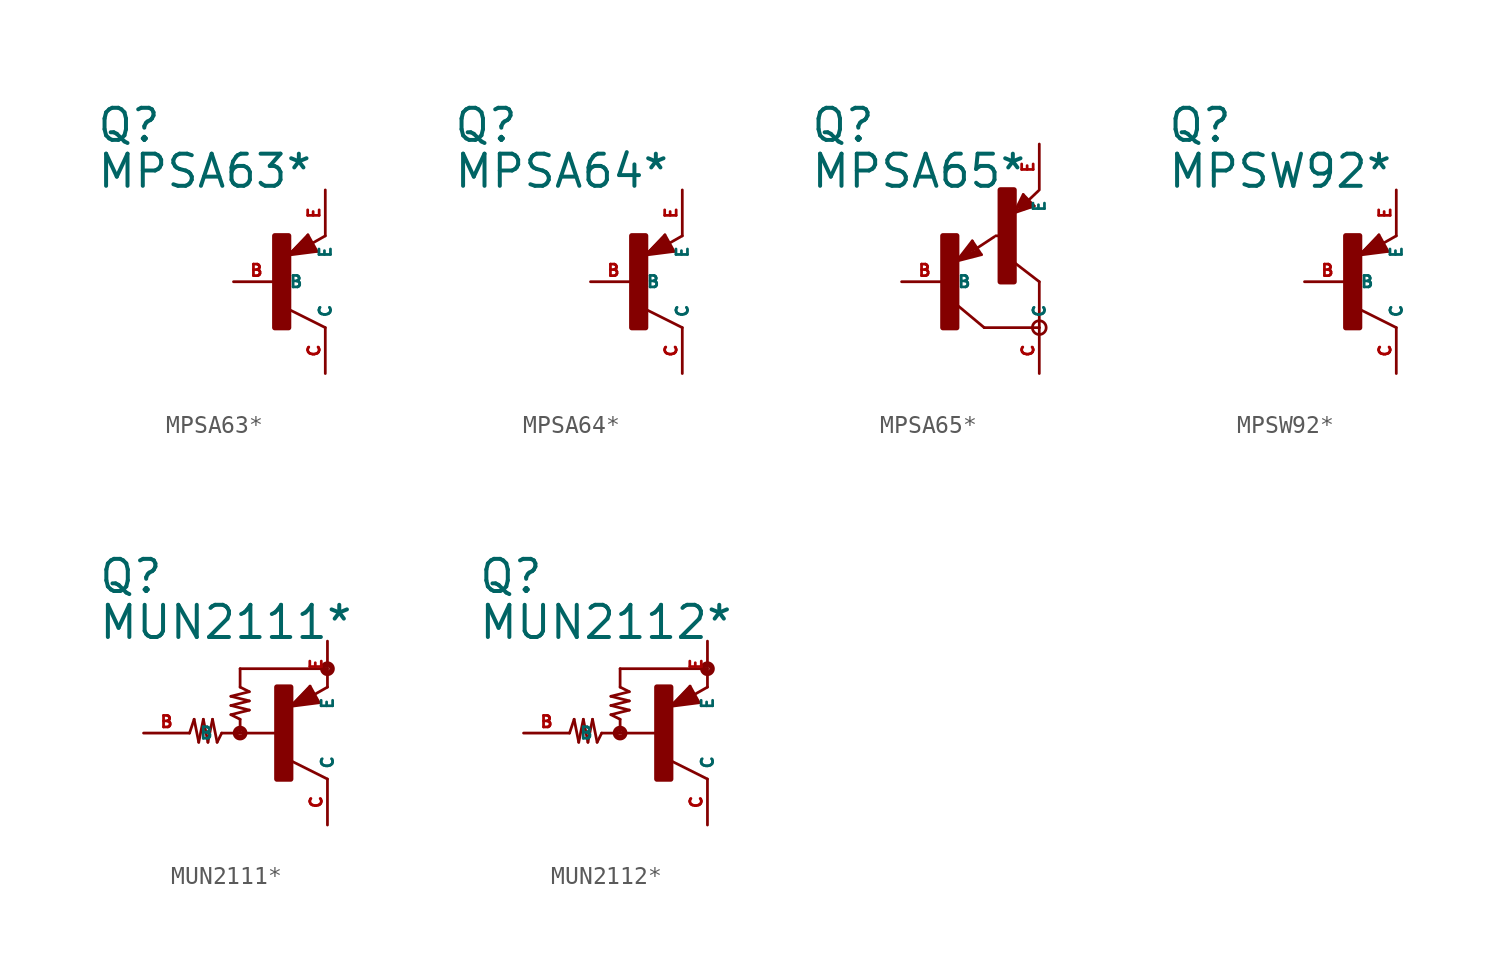
<source format=kicad_sym>
(kicad_symbol_lib
  (version 20220914)
  (generator Eagle2Kicad)
  (symbol "MPSA63*"
    (property "Reference" "Q"
      (at -10.16 7.62 0)
      (effects (font (size 1.778 1.778) (thickness 0.22)) (justify left bottom)))
    (property "Value" "MPSA63*"
      (at -10.16 5.08 0)
      (effects (font (size 1.778 1.778) (thickness 0.22)) (justify left bottom)))
    (polyline
      (pts (xy 2.086 1.678) (xy 1.578 2.594))
      (stroke (width 0.152) (type default))
      (fill (type none)))
    (polyline
      (pts (xy 1.578 2.594) (xy 0.516 1.478))
      (stroke (width 0.152) (type default))
      (fill (type none)))
    (polyline
      (pts (xy 0.516 1.478) (xy 2.086 1.678))
      (stroke (width 0.152) (type default))
      (fill (type none)))
    (polyline
      (pts (xy 2.54 2.54) (xy 1.808 2.124))
      (stroke (width 0.152) (type default))
      (fill (type none)))
    (polyline
      (pts (xy 2.54 -2.54) (xy 0.508 -1.524))
      (stroke (width 0.152) (type default))
      (fill (type none)))
    (polyline
      (pts (xy 1.905 1.778) (xy 1.524 2.413))
      (stroke (width 0.254) (type default))
      (fill (type none)))
    (polyline
      (pts (xy 1.524 2.413) (xy 0.762 1.651))
      (stroke (width 0.254) (type default))
      (fill (type none)))
    (polyline
      (pts (xy 0.762 1.651) (xy 1.778 1.778))
      (stroke (width 0.254) (type default))
      (fill (type none)))
    (polyline
      (pts (xy 1.778 1.778) (xy 1.524 2.159))
      (stroke (width 0.254) (type default))
      (fill (type none)))
    (polyline
      (pts (xy 1.524 2.159) (xy 1.143 1.905))
      (stroke (width 0.254) (type default))
      (fill (type none)))
    (polyline
      (pts (xy 1.143 1.905) (xy 1.524 1.905))
      (stroke (width 0.254) (type default))
      (fill (type none)))
    (rectangle
      (start -0.254 -2.54)
      (end 0.508 2.54)
      (stroke (width 0.3) (type default))
      (fill (type outline)))
    (pin passive line
      (at -2.54 0 0)
      (length 2.54)
      (name "B" (effects (font (size 0.635 0.635) (thickness 0.08)) (justify left bottom)))
      (number "B" (effects (font (size 0.635 0.635) (thickness 0.08)) (justify left bottom))))
    (pin passive line
      (at 2.54 5.08 270)
      (length 2.54)
      (name "E" (effects (font (size 0.635 0.635) (thickness 0.08)) (justify left bottom)))
      (number "E" (effects (font (size 0.635 0.635) (thickness 0.08)) (justify left bottom))))
    (pin passive line
      (at 2.54 -5.08 90)
      (length 2.54)
      (name "C" (effects (font (size 0.635 0.635) (thickness 0.08)) (justify left bottom)))
      (number "C" (effects (font (size 0.635 0.635) (thickness 0.08)) (justify left bottom)))))
  (symbol "MPSA64*"
    (property "Reference" "Q"
      (at -10.16 7.62 0)
      (effects (font (size 1.778 1.778) (thickness 0.22)) (justify left bottom)))
    (property "Value" "MPSA64*"
      (at -10.16 5.08 0)
      (effects (font (size 1.778 1.778) (thickness 0.22)) (justify left bottom)))
    (polyline
      (pts (xy 2.086 1.678) (xy 1.578 2.594))
      (stroke (width 0.152) (type default))
      (fill (type none)))
    (polyline
      (pts (xy 1.578 2.594) (xy 0.516 1.478))
      (stroke (width 0.152) (type default))
      (fill (type none)))
    (polyline
      (pts (xy 0.516 1.478) (xy 2.086 1.678))
      (stroke (width 0.152) (type default))
      (fill (type none)))
    (polyline
      (pts (xy 2.54 2.54) (xy 1.808 2.124))
      (stroke (width 0.152) (type default))
      (fill (type none)))
    (polyline
      (pts (xy 2.54 -2.54) (xy 0.508 -1.524))
      (stroke (width 0.152) (type default))
      (fill (type none)))
    (polyline
      (pts (xy 1.905 1.778) (xy 1.524 2.413))
      (stroke (width 0.254) (type default))
      (fill (type none)))
    (polyline
      (pts (xy 1.524 2.413) (xy 0.762 1.651))
      (stroke (width 0.254) (type default))
      (fill (type none)))
    (polyline
      (pts (xy 0.762 1.651) (xy 1.778 1.778))
      (stroke (width 0.254) (type default))
      (fill (type none)))
    (polyline
      (pts (xy 1.778 1.778) (xy 1.524 2.159))
      (stroke (width 0.254) (type default))
      (fill (type none)))
    (polyline
      (pts (xy 1.524 2.159) (xy 1.143 1.905))
      (stroke (width 0.254) (type default))
      (fill (type none)))
    (polyline
      (pts (xy 1.143 1.905) (xy 1.524 1.905))
      (stroke (width 0.254) (type default))
      (fill (type none)))
    (rectangle
      (start -0.254 -2.54)
      (end 0.508 2.54)
      (stroke (width 0.3) (type default))
      (fill (type outline)))
    (pin passive line
      (at -2.54 0 0)
      (length 2.54)
      (name "B" (effects (font (size 0.635 0.635) (thickness 0.08)) (justify left bottom)))
      (number "B" (effects (font (size 0.635 0.635) (thickness 0.08)) (justify left bottom))))
    (pin passive line
      (at 2.54 5.08 270)
      (length 2.54)
      (name "E" (effects (font (size 0.635 0.635) (thickness 0.08)) (justify left bottom)))
      (number "E" (effects (font (size 0.635 0.635) (thickness 0.08)) (justify left bottom))))
    (pin passive line
      (at 2.54 -5.08 90)
      (length 2.54)
      (name "C" (effects (font (size 0.635 0.635) (thickness 0.08)) (justify left bottom)))
      (number "C" (effects (font (size 0.635 0.635) (thickness 0.08)) (justify left bottom)))))
  (symbol "MPSA65*"
    (property "Reference" "Q"
      (at -7.62 7.62 0)
      (effects (font (size 1.778 1.778) (thickness 0.22)) (justify left bottom)))
    (property "Value" "MPSA65*"
      (at -7.62 5.08 0)
      (effects (font (size 1.778 1.778) (thickness 0.22)) (justify left bottom)))
    (polyline
      (pts (xy 5.08 -2.54) (xy 2.032 -2.54))
      (stroke (width 0.152) (type default))
      (fill (type none)))
    (polyline
      (pts (xy 2.032 -2.54) (xy 0.508 -1.27))
      (stroke (width 0.152) (type default))
      (fill (type none)))
    (polyline
      (pts (xy 5.08 0) (xy 3.429 1.27))
      (stroke (width 0.152) (type default))
      (fill (type none)))
    (polyline
      (pts (xy 1.37 2.259) (xy 0.508 1.143))
      (stroke (width 0.152) (type default))
      (fill (type none)))
    (polyline
      (pts (xy 1.878 1.497) (xy 1.37 2.259))
      (stroke (width 0.152) (type default))
      (fill (type none)))
    (polyline
      (pts (xy 0.508 1.143) (xy 1.878 1.497))
      (stroke (width 0.152) (type default))
      (fill (type none)))
    (polyline
      (pts (xy 1.608 1.843) (xy 2.586 2.486))
      (stroke (width 0.152) (type default))
      (fill (type none)))
    (polyline
      (pts (xy 0.635 1.27) (xy 1.397 2.159))
      (stroke (width 0.127) (type default))
      (fill (type none)))
    (polyline
      (pts (xy 1.397 2.159) (xy 1.778 1.524))
      (stroke (width 0.127) (type default))
      (fill (type none)))
    (polyline
      (pts (xy 1.778 1.524) (xy 0.762 1.27))
      (stroke (width 0.127) (type default))
      (fill (type none)))
    (polyline
      (pts (xy 0.762 1.27) (xy 1.397 2.032))
      (stroke (width 0.127) (type default))
      (fill (type none)))
    (polyline
      (pts (xy 1.397 2.032) (xy 1.651 1.651))
      (stroke (width 0.127) (type default))
      (fill (type none)))
    (polyline
      (pts (xy 1.651 1.651) (xy 0.889 1.397))
      (stroke (width 0.254) (type default))
      (fill (type none)))
    (polyline
      (pts (xy 0.889 1.397) (xy 1.397 1.905))
      (stroke (width 0.254) (type default))
      (fill (type none)))
    (polyline
      (pts (xy 1.397 1.905) (xy 1.397 1.778))
      (stroke (width 0.254) (type default))
      (fill (type none)))
    (polyline
      (pts (xy 3.683 3.81) (xy 4.799 4.191))
      (stroke (width 0.152) (type default))
      (fill (type none)))
    (polyline
      (pts (xy 4.191 4.826) (xy 3.683 3.81))
      (stroke (width 0.152) (type default))
      (fill (type none)))
    (polyline
      (pts (xy 4.799 4.191) (xy 4.191 4.826))
      (stroke (width 0.152) (type default))
      (fill (type none)))
    (polyline
      (pts (xy 4.483 4.51) (xy 5.026 5.026))
      (stroke (width 0.152) (type default))
      (fill (type none)))
    (polyline
      (pts (xy 3.81 3.937) (xy 4.191 4.699))
      (stroke (width 0.127) (type default))
      (fill (type none)))
    (polyline
      (pts (xy 4.191 4.699) (xy 4.699 4.191))
      (stroke (width 0.127) (type default))
      (fill (type none)))
    (polyline
      (pts (xy 4.699 4.191) (xy 3.937 3.937))
      (stroke (width 0.127) (type default))
      (fill (type none)))
    (polyline
      (pts (xy 3.937 3.937) (xy 4.191 4.572))
      (stroke (width 0.127) (type default))
      (fill (type none)))
    (polyline
      (pts (xy 4.191 4.572) (xy 4.572 4.191))
      (stroke (width 0.254) (type default))
      (fill (type none)))
    (polyline
      (pts (xy 4.572 4.191) (xy 4.064 4.064))
      (stroke (width 0.254) (type default))
      (fill (type none)))
    (polyline
      (pts (xy 4.064 4.064) (xy 4.191 4.318))
      (stroke (width 0.254) (type default))
      (fill (type none)))
    (polyline
      (pts (xy 4.191 4.318) (xy 4.318 4.318))
      (stroke (width 0.254) (type default))
      (fill (type none)))
    (polyline
      (pts (xy 5.08 -2.54) (xy 5.08 0))
      (stroke (width 0.152) (type default))
      (fill (type none)))
    (polyline
      (pts (xy 2.667 2.54) (xy 2.921 2.54))
      (stroke (width 0.152) (type default))
      (fill (type none)))
    (circle
      (center 5.08 -2.54)
      (radius 0.381)
      (stroke (width 0) (type default))
      (fill (type none)))
    (rectangle
      (start -0.254 -2.54)
      (end 0.508 2.54)
      (stroke (width 0.3) (type default))
      (fill (type outline)))
    (rectangle
      (start 2.921 0)
      (end 3.683 5.08)
      (stroke (width 0.3) (type default))
      (fill (type outline)))
    (pin passive line
      (at -2.54 0 0)
      (length 2.54)
      (name "B" (effects (font (size 0.635 0.635) (thickness 0.08)) (justify left bottom)))
      (number "B" (effects (font (size 0.635 0.635) (thickness 0.08)) (justify left bottom))))
    (pin passive line
      (at 5.08 7.62 270)
      (length 2.54)
      (name "E" (effects (font (size 0.635 0.635) (thickness 0.08)) (justify left bottom)))
      (number "E" (effects (font (size 0.635 0.635) (thickness 0.08)) (justify left bottom))))
    (pin passive line
      (at 5.08 -5.08 90)
      (length 2.54)
      (name "C" (effects (font (size 0.635 0.635) (thickness 0.08)) (justify left bottom)))
      (number "C" (effects (font (size 0.635 0.635) (thickness 0.08)) (justify left bottom)))))
  (symbol "MPSW92*"
    (property "Reference" "Q"
      (at -10.16 7.62 0)
      (effects (font (size 1.778 1.778) (thickness 0.22)) (justify left bottom)))
    (property "Value" "MPSW92*"
      (at -10.16 5.08 0)
      (effects (font (size 1.778 1.778) (thickness 0.22)) (justify left bottom)))
    (polyline
      (pts (xy 2.086 1.678) (xy 1.578 2.594))
      (stroke (width 0.152) (type default))
      (fill (type none)))
    (polyline
      (pts (xy 1.578 2.594) (xy 0.516 1.478))
      (stroke (width 0.152) (type default))
      (fill (type none)))
    (polyline
      (pts (xy 0.516 1.478) (xy 2.086 1.678))
      (stroke (width 0.152) (type default))
      (fill (type none)))
    (polyline
      (pts (xy 2.54 2.54) (xy 1.808 2.124))
      (stroke (width 0.152) (type default))
      (fill (type none)))
    (polyline
      (pts (xy 2.54 -2.54) (xy 0.508 -1.524))
      (stroke (width 0.152) (type default))
      (fill (type none)))
    (polyline
      (pts (xy 1.905 1.778) (xy 1.524 2.413))
      (stroke (width 0.254) (type default))
      (fill (type none)))
    (polyline
      (pts (xy 1.524 2.413) (xy 0.762 1.651))
      (stroke (width 0.254) (type default))
      (fill (type none)))
    (polyline
      (pts (xy 0.762 1.651) (xy 1.778 1.778))
      (stroke (width 0.254) (type default))
      (fill (type none)))
    (polyline
      (pts (xy 1.778 1.778) (xy 1.524 2.159))
      (stroke (width 0.254) (type default))
      (fill (type none)))
    (polyline
      (pts (xy 1.524 2.159) (xy 1.143 1.905))
      (stroke (width 0.254) (type default))
      (fill (type none)))
    (polyline
      (pts (xy 1.143 1.905) (xy 1.524 1.905))
      (stroke (width 0.254) (type default))
      (fill (type none)))
    (rectangle
      (start -0.254 -2.54)
      (end 0.508 2.54)
      (stroke (width 0.3) (type default))
      (fill (type outline)))
    (pin passive line
      (at -2.54 0 0)
      (length 2.54)
      (name "B" (effects (font (size 0.635 0.635) (thickness 0.08)) (justify left bottom)))
      (number "B" (effects (font (size 0.635 0.635) (thickness 0.08)) (justify left bottom))))
    (pin passive line
      (at 2.54 5.08 270)
      (length 2.54)
      (name "E" (effects (font (size 0.635 0.635) (thickness 0.08)) (justify left bottom)))
      (number "E" (effects (font (size 0.635 0.635) (thickness 0.08)) (justify left bottom))))
    (pin passive line
      (at 2.54 -5.08 90)
      (length 2.54)
      (name "C" (effects (font (size 0.635 0.635) (thickness 0.08)) (justify left bottom)))
      (number "C" (effects (font (size 0.635 0.635) (thickness 0.08)) (justify left bottom)))))
  (symbol "MUN2111*"
    (property "Reference" "Q"
      (at -10.16 7.62 0)
      (effects (font (size 1.778 1.778) (thickness 0.22)) (justify left bottom)))
    (property "Value" "MUN2111*"
      (at -10.16 5.08 0)
      (effects (font (size 1.778 1.778) (thickness 0.22)) (justify left bottom)))
    (polyline
      (pts (xy -5.08 0) (xy -4.826 0.762))
      (stroke (width 0.152) (type default))
      (fill (type none)))
    (polyline
      (pts (xy -4.826 0.762) (xy -4.572 -0.508))
      (stroke (width 0.152) (type default))
      (fill (type none)))
    (polyline
      (pts (xy -4.572 -0.508) (xy -4.318 0.762))
      (stroke (width 0.152) (type default))
      (fill (type none)))
    (polyline
      (pts (xy -4.318 0.762) (xy -4.064 -0.508))
      (stroke (width 0.152) (type default))
      (fill (type none)))
    (polyline
      (pts (xy -4.064 -0.508) (xy -3.81 0.762))
      (stroke (width 0.152) (type default))
      (fill (type none)))
    (polyline
      (pts (xy -3.81 0.762) (xy -3.556 -0.508))
      (stroke (width 0.152) (type default))
      (fill (type none)))
    (polyline
      (pts (xy -3.556 -0.508) (xy -3.302 0))
      (stroke (width 0.152) (type default))
      (fill (type none)))
    (polyline
      (pts (xy -3.302 0) (xy -2.286 0))
      (stroke (width 0.152) (type default))
      (fill (type none)))
    (polyline
      (pts (xy -2.286 0) (xy -0.254 0))
      (stroke (width 0.152) (type default))
      (fill (type none)))
    (polyline
      (pts (xy -2.286 0) (xy -2.286 0.762))
      (stroke (width 0.152) (type default))
      (fill (type none)))
    (polyline
      (pts (xy -2.286 0.762) (xy -2.794 1.016))
      (stroke (width 0.152) (type default))
      (fill (type none)))
    (polyline
      (pts (xy -2.794 1.016) (xy -1.778 1.27))
      (stroke (width 0.152) (type default))
      (fill (type none)))
    (polyline
      (pts (xy -1.778 1.27) (xy -2.794 1.524))
      (stroke (width 0.152) (type default))
      (fill (type none)))
    (polyline
      (pts (xy -2.794 1.524) (xy -1.778 1.778))
      (stroke (width 0.152) (type default))
      (fill (type none)))
    (polyline
      (pts (xy -1.778 1.778) (xy -2.794 2.032))
      (stroke (width 0.152) (type default))
      (fill (type none)))
    (polyline
      (pts (xy -2.794 2.032) (xy -1.778 2.286))
      (stroke (width 0.152) (type default))
      (fill (type none)))
    (polyline
      (pts (xy -1.778 2.286) (xy -2.286 2.54))
      (stroke (width 0.152) (type default))
      (fill (type none)))
    (polyline
      (pts (xy -2.286 2.54) (xy -2.286 3.556))
      (stroke (width 0.152) (type default))
      (fill (type none)))
    (polyline
      (pts (xy -2.286 3.556) (xy 2.54 3.556))
      (stroke (width 0.152) (type default))
      (fill (type none)))
    (polyline
      (pts (xy 2.086 1.678) (xy 1.578 2.594))
      (stroke (width 0.152) (type default))
      (fill (type none)))
    (polyline
      (pts (xy 1.578 2.594) (xy 0.516 1.478))
      (stroke (width 0.152) (type default))
      (fill (type none)))
    (polyline
      (pts (xy 0.516 1.478) (xy 2.086 1.678))
      (stroke (width 0.152) (type default))
      (fill (type none)))
    (polyline
      (pts (xy 2.54 2.54) (xy 1.808 2.124))
      (stroke (width 0.152) (type default))
      (fill (type none)))
    (polyline
      (pts (xy 2.54 -2.54) (xy 0.508 -1.524))
      (stroke (width 0.152) (type default))
      (fill (type none)))
    (polyline
      (pts (xy 1.905 1.778) (xy 1.524 2.413))
      (stroke (width 0.254) (type default))
      (fill (type none)))
    (polyline
      (pts (xy 1.524 2.413) (xy 0.762 1.651))
      (stroke (width 0.254) (type default))
      (fill (type none)))
    (polyline
      (pts (xy 0.762 1.651) (xy 1.778 1.778))
      (stroke (width 0.254) (type default))
      (fill (type none)))
    (polyline
      (pts (xy 1.778 1.778) (xy 1.524 2.159))
      (stroke (width 0.254) (type default))
      (fill (type none)))
    (polyline
      (pts (xy 1.524 2.159) (xy 1.143 1.905))
      (stroke (width 0.254) (type default))
      (fill (type none)))
    (polyline
      (pts (xy 1.143 1.905) (xy 1.524 1.905))
      (stroke (width 0.254) (type default))
      (fill (type none)))
    (circle
      (center -2.286 0)
      (radius 0.254)
      (stroke (width 0.305) (type default))
      (fill (type none)))
    (circle
      (center 2.54 3.556)
      (radius 0.254)
      (stroke (width 0.305) (type default))
      (fill (type none)))
    (rectangle
      (start -0.254 -2.54)
      (end 0.508 2.54)
      (stroke (width 0.3) (type default))
      (fill (type outline)))
    (pin passive line
      (at -7.62 0 0)
      (length 2.54)
      (name "B" (effects (font (size 0.635 0.635) (thickness 0.08)) (justify left bottom)))
      (number "B" (effects (font (size 0.635 0.635) (thickness 0.08)) (justify left bottom))))
    (pin passive line
      (at 2.54 -5.08 90)
      (length 2.54)
      (name "C" (effects (font (size 0.635 0.635) (thickness 0.08)) (justify left bottom)))
      (number "C" (effects (font (size 0.635 0.635) (thickness 0.08)) (justify left bottom))))
    (pin passive line
      (at 2.54 5.08 270)
      (length 2.54)
      (name "E" (effects (font (size 0.635 0.635) (thickness 0.08)) (justify left bottom)))
      (number "E" (effects (font (size 0.635 0.635) (thickness 0.08)) (justify left bottom)))))
  (symbol "MUN2112*"
    (property "Reference" "Q"
      (at -10.16 7.62 0)
      (effects (font (size 1.778 1.778) (thickness 0.22)) (justify left bottom)))
    (property "Value" "MUN2112*"
      (at -10.16 5.08 0)
      (effects (font (size 1.778 1.778) (thickness 0.22)) (justify left bottom)))
    (polyline
      (pts (xy -5.08 0) (xy -4.826 0.762))
      (stroke (width 0.152) (type default))
      (fill (type none)))
    (polyline
      (pts (xy -4.826 0.762) (xy -4.572 -0.508))
      (stroke (width 0.152) (type default))
      (fill (type none)))
    (polyline
      (pts (xy -4.572 -0.508) (xy -4.318 0.762))
      (stroke (width 0.152) (type default))
      (fill (type none)))
    (polyline
      (pts (xy -4.318 0.762) (xy -4.064 -0.508))
      (stroke (width 0.152) (type default))
      (fill (type none)))
    (polyline
      (pts (xy -4.064 -0.508) (xy -3.81 0.762))
      (stroke (width 0.152) (type default))
      (fill (type none)))
    (polyline
      (pts (xy -3.81 0.762) (xy -3.556 -0.508))
      (stroke (width 0.152) (type default))
      (fill (type none)))
    (polyline
      (pts (xy -3.556 -0.508) (xy -3.302 0))
      (stroke (width 0.152) (type default))
      (fill (type none)))
    (polyline
      (pts (xy -3.302 0) (xy -2.286 0))
      (stroke (width 0.152) (type default))
      (fill (type none)))
    (polyline
      (pts (xy -2.286 0) (xy -0.254 0))
      (stroke (width 0.152) (type default))
      (fill (type none)))
    (polyline
      (pts (xy -2.286 0) (xy -2.286 0.762))
      (stroke (width 0.152) (type default))
      (fill (type none)))
    (polyline
      (pts (xy -2.286 0.762) (xy -2.794 1.016))
      (stroke (width 0.152) (type default))
      (fill (type none)))
    (polyline
      (pts (xy -2.794 1.016) (xy -1.778 1.27))
      (stroke (width 0.152) (type default))
      (fill (type none)))
    (polyline
      (pts (xy -1.778 1.27) (xy -2.794 1.524))
      (stroke (width 0.152) (type default))
      (fill (type none)))
    (polyline
      (pts (xy -2.794 1.524) (xy -1.778 1.778))
      (stroke (width 0.152) (type default))
      (fill (type none)))
    (polyline
      (pts (xy -1.778 1.778) (xy -2.794 2.032))
      (stroke (width 0.152) (type default))
      (fill (type none)))
    (polyline
      (pts (xy -2.794 2.032) (xy -1.778 2.286))
      (stroke (width 0.152) (type default))
      (fill (type none)))
    (polyline
      (pts (xy -1.778 2.286) (xy -2.286 2.54))
      (stroke (width 0.152) (type default))
      (fill (type none)))
    (polyline
      (pts (xy -2.286 2.54) (xy -2.286 3.556))
      (stroke (width 0.152) (type default))
      (fill (type none)))
    (polyline
      (pts (xy -2.286 3.556) (xy 2.54 3.556))
      (stroke (width 0.152) (type default))
      (fill (type none)))
    (polyline
      (pts (xy 2.086 1.678) (xy 1.578 2.594))
      (stroke (width 0.152) (type default))
      (fill (type none)))
    (polyline
      (pts (xy 1.578 2.594) (xy 0.516 1.478))
      (stroke (width 0.152) (type default))
      (fill (type none)))
    (polyline
      (pts (xy 0.516 1.478) (xy 2.086 1.678))
      (stroke (width 0.152) (type default))
      (fill (type none)))
    (polyline
      (pts (xy 2.54 2.54) (xy 1.808 2.124))
      (stroke (width 0.152) (type default))
      (fill (type none)))
    (polyline
      (pts (xy 2.54 -2.54) (xy 0.508 -1.524))
      (stroke (width 0.152) (type default))
      (fill (type none)))
    (polyline
      (pts (xy 1.905 1.778) (xy 1.524 2.413))
      (stroke (width 0.254) (type default))
      (fill (type none)))
    (polyline
      (pts (xy 1.524 2.413) (xy 0.762 1.651))
      (stroke (width 0.254) (type default))
      (fill (type none)))
    (polyline
      (pts (xy 0.762 1.651) (xy 1.778 1.778))
      (stroke (width 0.254) (type default))
      (fill (type none)))
    (polyline
      (pts (xy 1.778 1.778) (xy 1.524 2.159))
      (stroke (width 0.254) (type default))
      (fill (type none)))
    (polyline
      (pts (xy 1.524 2.159) (xy 1.143 1.905))
      (stroke (width 0.254) (type default))
      (fill (type none)))
    (polyline
      (pts (xy 1.143 1.905) (xy 1.524 1.905))
      (stroke (width 0.254) (type default))
      (fill (type none)))
    (circle
      (center -2.286 0)
      (radius 0.254)
      (stroke (width 0.305) (type default))
      (fill (type none)))
    (circle
      (center 2.54 3.556)
      (radius 0.254)
      (stroke (width 0.305) (type default))
      (fill (type none)))
    (rectangle
      (start -0.254 -2.54)
      (end 0.508 2.54)
      (stroke (width 0.3) (type default))
      (fill (type outline)))
    (pin passive line
      (at -7.62 0 0)
      (length 2.54)
      (name "B" (effects (font (size 0.635 0.635) (thickness 0.08)) (justify left bottom)))
      (number "B" (effects (font (size 0.635 0.635) (thickness 0.08)) (justify left bottom))))
    (pin passive line
      (at 2.54 -5.08 90)
      (length 2.54)
      (name "C" (effects (font (size 0.635 0.635) (thickness 0.08)) (justify left bottom)))
      (number "C" (effects (font (size 0.635 0.635) (thickness 0.08)) (justify left bottom))))
    (pin passive line
      (at 2.54 5.08 270)
      (length 2.54)
      (name "E" (effects (font (size 0.635 0.635) (thickness 0.08)) (justify left bottom)))
      (number "E" (effects (font (size 0.635 0.635) (thickness 0.08)) (justify left bottom))))))
</source>
